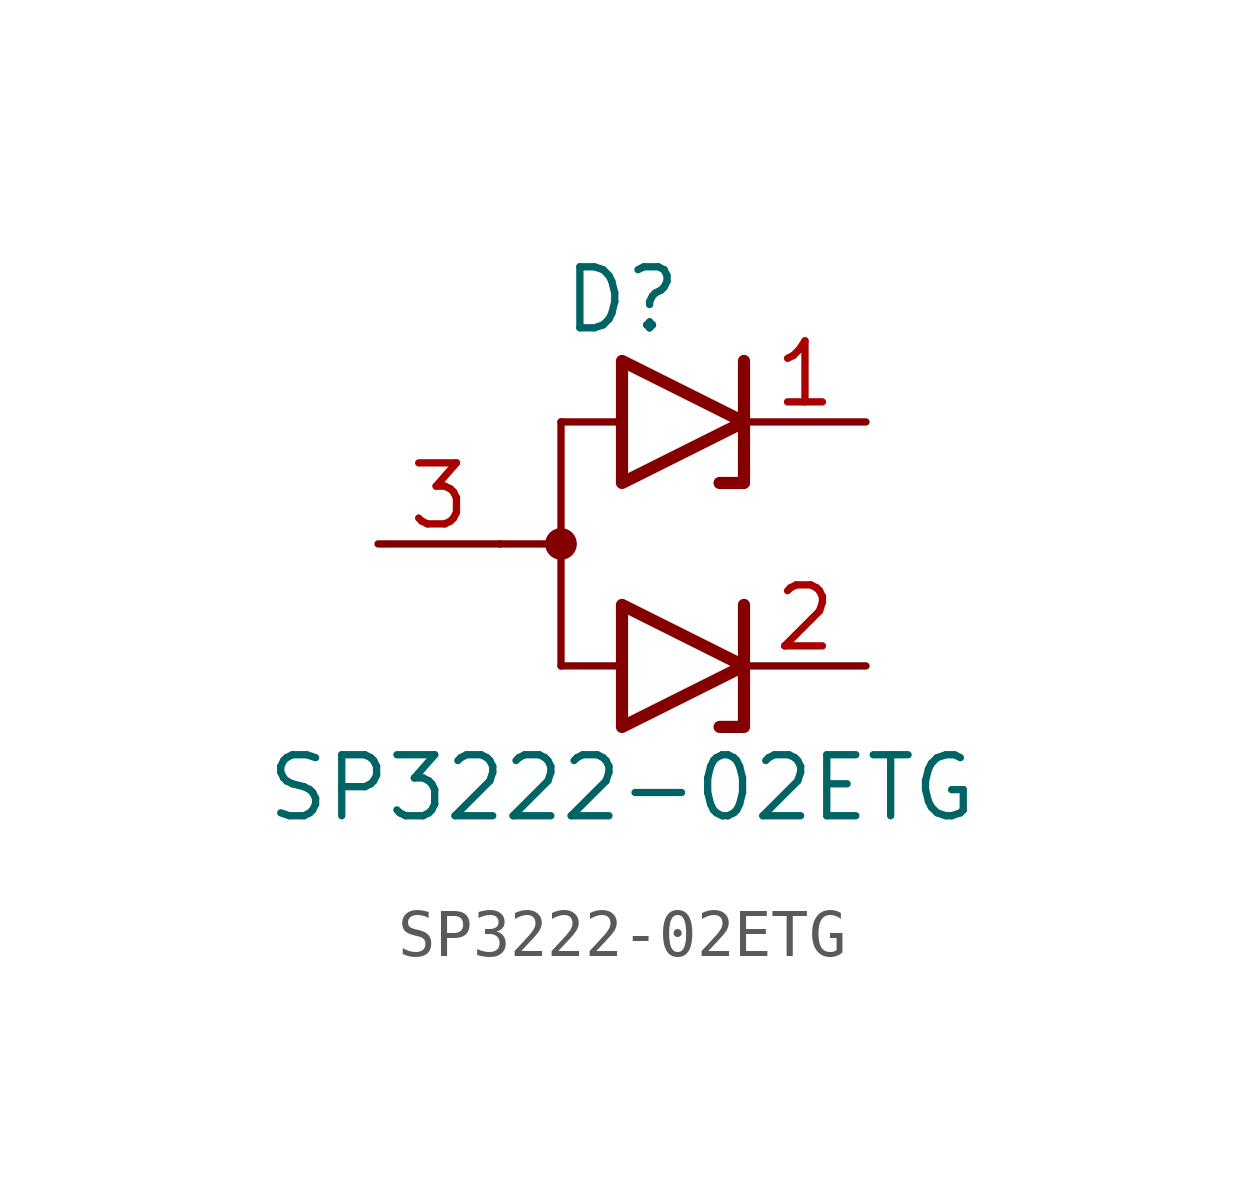
<source format=kicad_sym>
(kicad_symbol_lib
  (version 20211014)
  (generator kicad_symbol_editor)
  (symbol "SP3222-02ETG"
    (pin_names hide)
    (property "Reference" "D"
      (at 0 5.08 0)
      (effects (font (size 1.27 1.27))))
    (property "Value" "SP3222-02ETG"
      (at 0 -5.08 0)
      (effects (font (size 1.27 1.27))))
    (symbol "SP3222-02ETG_0_1"
      (polyline (pts (xy -2.54 0) (xy -1.27 0)) (stroke (width 0) (type default) (color 0 0 0 0)) (fill (type none)))
      (polyline (pts (xy -1.27 2.54) (xy -1.27 -2.54)) (stroke (width 0) (type default) (color 0 0 0 0)) (fill (type none)))
      (polyline (pts (xy 0 2.54) (xy -1.27 2.54)) (stroke (width 0.152) (type default) (color 0 0 0 0)) (fill (type none)))
      (polyline (pts (xy 2.54 3.81) (xy 2.54 1.27) (xy 2.032 1.27)) (stroke (width 0.254) (type default) (color 0 0 0 0)) (fill (type none)))
      (polyline (pts (xy 0 1.27) (xy 0 3.81) (xy 2.54 2.54) (xy 0 1.27)) (stroke (width 0.254) (type default) (color 0 0 0 0)) (fill (type none)))
      (pin passive line (at -5.08 0 0) (length 2.54) (name "A" (effects (font (size 1.27 1.27)))) (number "3" (effects (font (size 1.27 1.27))))))
    (symbol "SP3222-02ETG_1_1"
      (circle (center -1.27 0) (radius 0.254) (stroke (width 0) (type default) (color 0 0 0 0)) (fill (type outline)))
      (polyline (pts (xy 0 -2.54) (xy -1.27 -2.54)) (stroke (width 0.152) (type default) (color 0 0 0 0)) (fill (type none)))
      (polyline (pts (xy 2.54 -1.27) (xy 2.54 -3.81) (xy 2.032 -3.81)) (stroke (width 0.254) (type default) (color 0 0 0 0)) (fill (type none)))
      (polyline (pts (xy 0 -3.81) (xy 0 -1.27) (xy 2.54 -2.54) (xy 0 -3.81)) (stroke (width 0.254) (type default) (color 0 0 0 0)) (fill (type none)))
      (pin passive line (at 5.08 2.54 180) (length 2.54) (name "K1" (effects (font (size 1.27 1.27)))) (number "1" (effects (font (size 1.27 1.27)))))
      (pin passive line (at 5.08 -2.54 180) (length 2.54) (name "K2" (effects (font (size 1.27 1.27)))) (number "2" (effects (font (size 1.27 1.27))))))))
</source>
